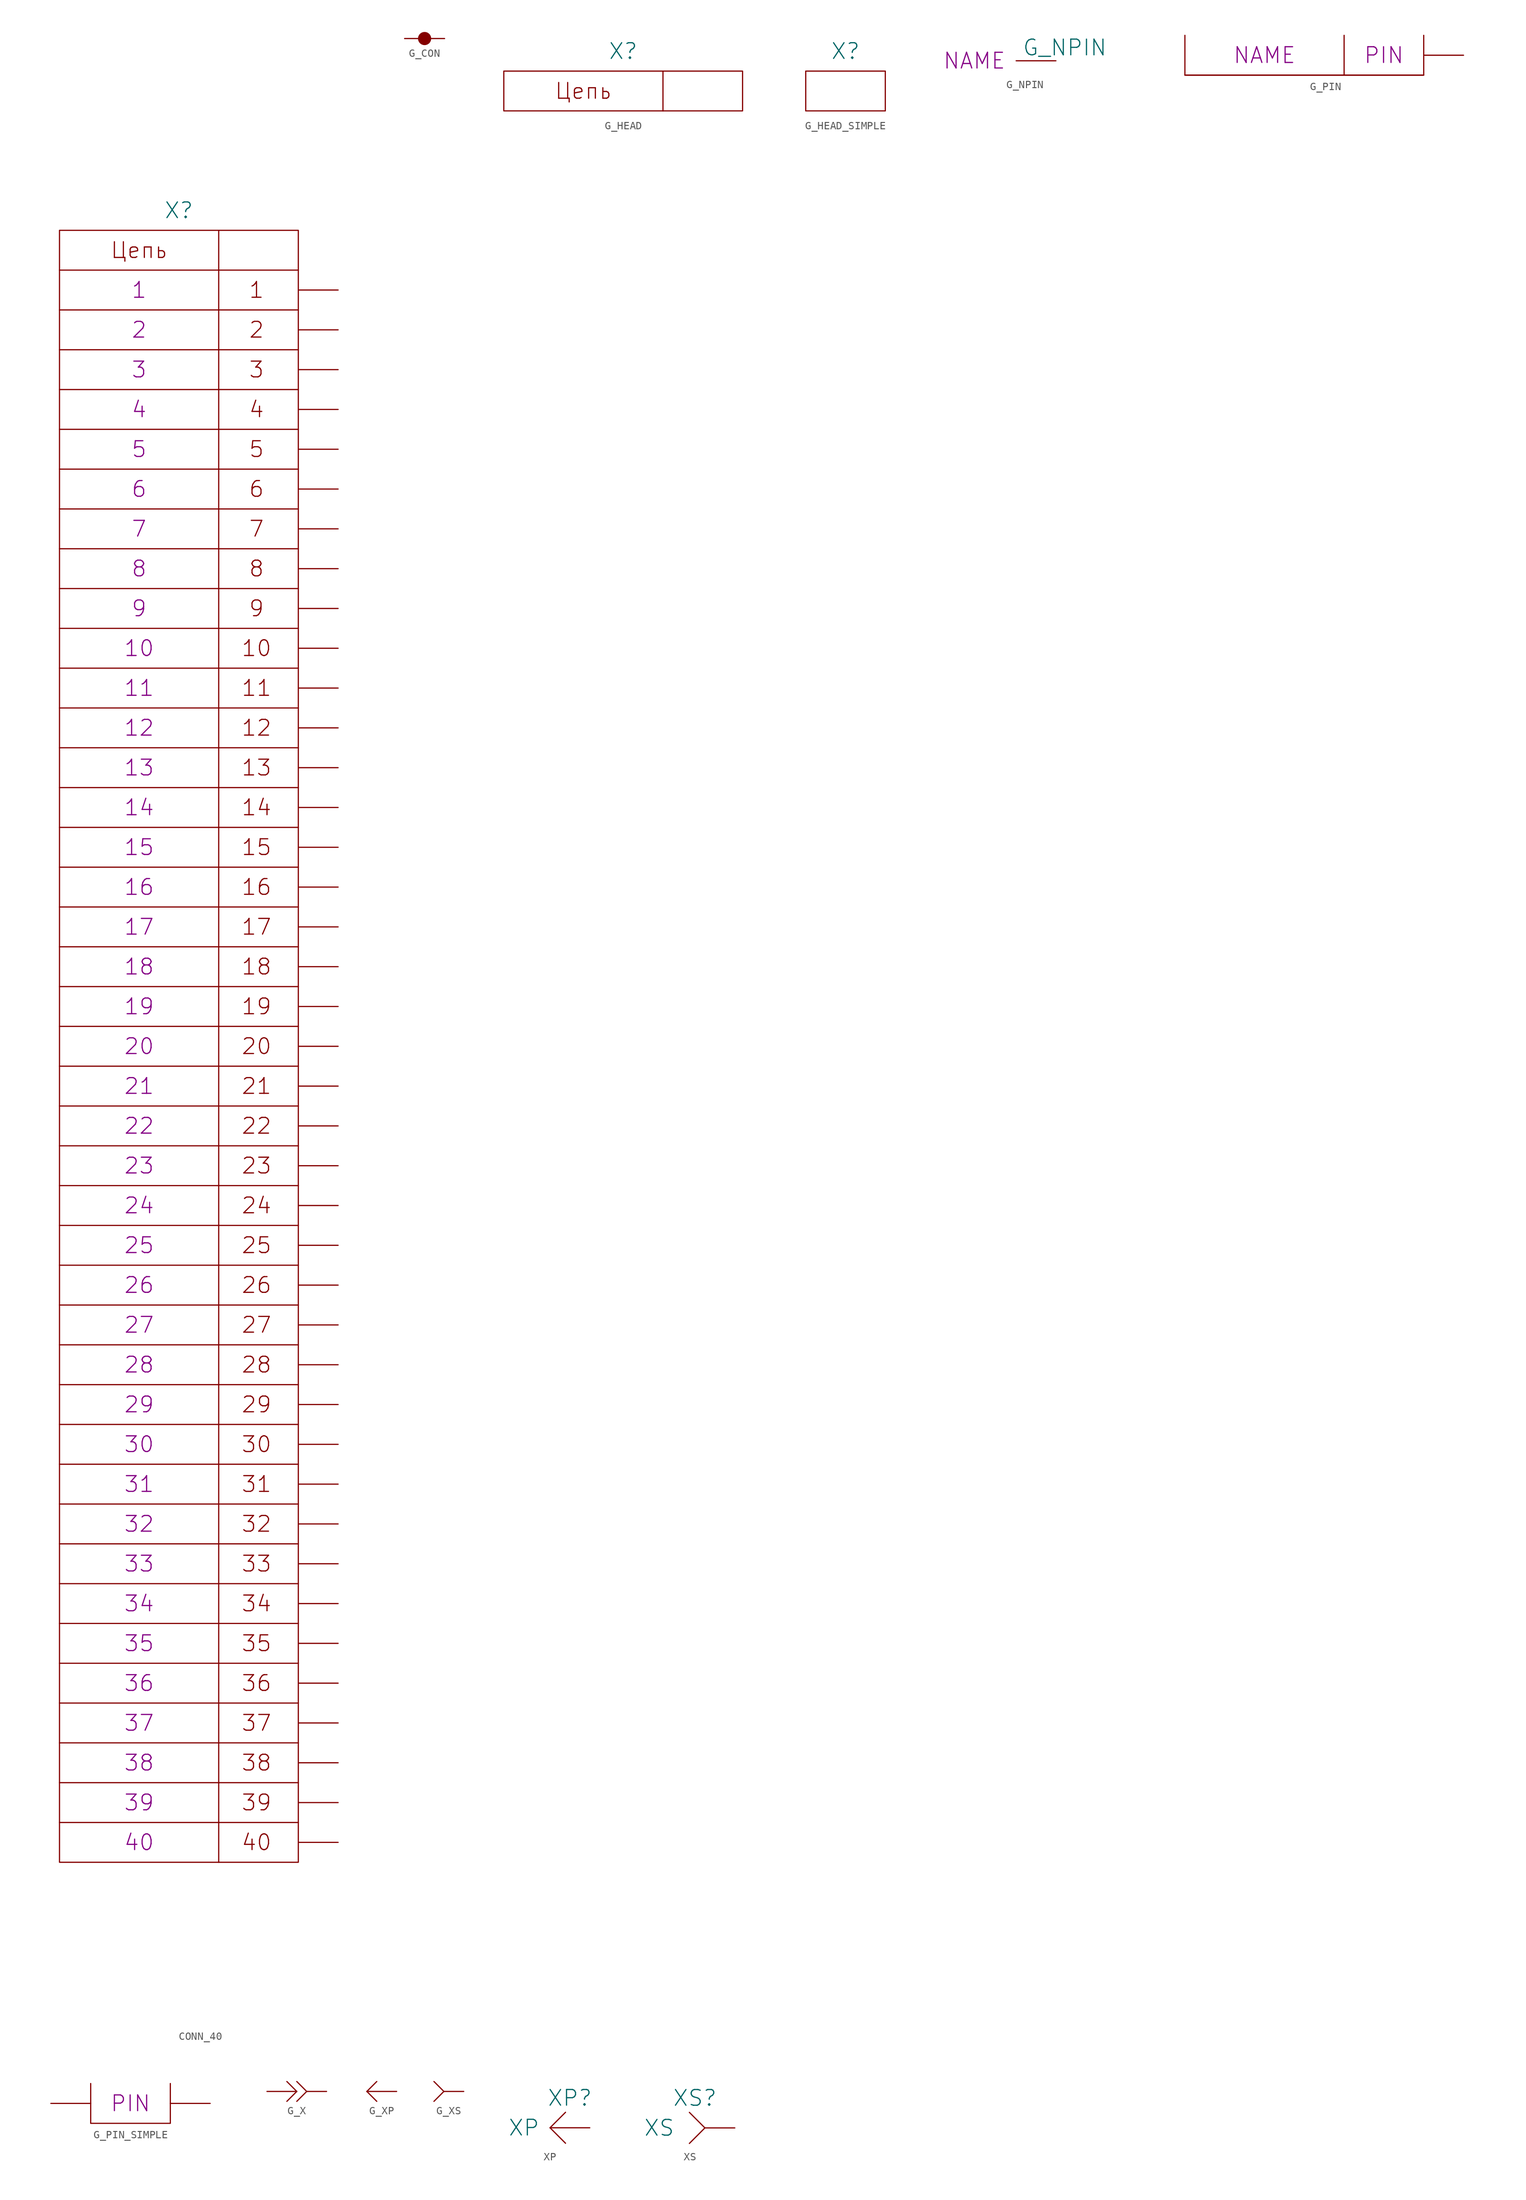
<source format=kicad_sym>
(kicad_symbol_lib
  (version 20231120)
  (generator "kicad_symbol_editor")
  (generator_version "8.0")
  (symbol "CONN_40"
    (pin_numbers hide)
    (pin_names
      (offset 0) hide)
    (property "Reference" "X"
      (at 0 106.68 0)
      (effects (font (size 2.007 2.007))))
    (property "PIN1" "1"
      (at -5.08 96.52 0)
      (effects (font (size 2.007 2.007))))
    (property "PIN2" "2"
      (at -5.08 91.44 0)
      (effects (font (size 2.007 2.007))))
    (property "PIN3" "3"
      (at -5.08 86.36 0)
      (effects (font (size 2.007 2.007))))
    (property "PIN4" "4"
      (at -5.08 81.28 0)
      (effects (font (size 2.007 2.007))))
    (property "PIN5" "5"
      (at -5.08 76.2 0)
      (effects (font (size 2.007 2.007))))
    (property "PIN6" "6"
      (at -5.08 71.12 0)
      (effects (font (size 2.007 2.007))))
    (property "PIN7" "7"
      (at -5.08 66.04 0)
      (effects (font (size 2.007 2.007))))
    (property "PIN8" "8"
      (at -5.08 60.96 0)
      (effects (font (size 2.007 2.007))))
    (property "PIN9" "9"
      (at -5.08 55.88 0)
      (effects (font (size 2.007 2.007))))
    (property "PIN10" "10"
      (at -5.08 50.8 0)
      (effects (font (size 2.007 2.007))))
    (property "PIN11" "11"
      (at -5.08 45.72 0)
      (effects (font (size 2.007 2.007))))
    (property "PIN12" "12"
      (at -5.08 40.64 0)
      (effects (font (size 2.007 2.007))))
    (property "PIN13" "13"
      (at -5.08 35.56 0)
      (effects (font (size 2.007 2.007))))
    (property "PIN14" "14"
      (at -5.08 30.48 0)
      (effects (font (size 2.007 2.007))))
    (property "PIN15" "15"
      (at -5.08 25.4 0)
      (effects (font (size 2.007 2.007))))
    (property "PIN16" "16"
      (at -5.08 20.32 0)
      (effects (font (size 2.007 2.007))))
    (property "PIN17" "17"
      (at -5.08 15.24 0)
      (effects (font (size 2.007 2.007))))
    (property "PIN18" "18"
      (at -5.08 10.16 0)
      (effects (font (size 2.007 2.007))))
    (property "PIN19" "19"
      (at -5.08 5.08 0)
      (effects (font (size 2.007 2.007))))
    (property "PIN20" "20"
      (at -5.08 0 0)
      (effects (font (size 2.007 2.007))))
    (property "PIN21" "21"
      (at -5.08 -5.08 0)
      (effects (font (size 2.007 2.007))))
    (property "PIN22" "22"
      (at -5.08 -10.16 0)
      (effects (font (size 2.007 2.007))))
    (property "PIN23" "23"
      (at -5.08 -15.24 0)
      (effects (font (size 2.007 2.007))))
    (property "PIN24" "24"
      (at -5.08 -20.32 0)
      (effects (font (size 2.007 2.007))))
    (property "PIN25" "25"
      (at -5.08 -25.4 0)
      (effects (font (size 2.007 2.007))))
    (property "PIN26" "26"
      (at -5.08 -30.48 0)
      (effects (font (size 2.007 2.007))))
    (property "PIN27" "27"
      (at -5.08 -35.56 0)
      (effects (font (size 2.007 2.007))))
    (property "PIN28" "28"
      (at -5.08 -40.64 0)
      (effects (font (size 2.007 2.007))))
    (property "PIN29" "29"
      (at -5.08 -45.72 0)
      (effects (font (size 2.007 2.007))))
    (property "PIN30" "30"
      (at -5.08 -50.8 0)
      (effects (font (size 2.007 2.007))))
    (property "PIN31" "31"
      (at -5.08 -55.88 0)
      (effects (font (size 2.007 2.007))))
    (property "PIN32" "32"
      (at -5.08 -60.96 0)
      (effects (font (size 2.007 2.007))))
    (property "PIN33" "33"
      (at -5.08 -66.04 0)
      (effects (font (size 2.007 2.007))))
    (property "PIN34" "34"
      (at -5.08 -71.12 0)
      (effects (font (size 2.007 2.007))))
    (property "PIN35" "35"
      (at -5.08 -76.2 0)
      (effects (font (size 2.007 2.007))))
    (property "PIN36" "36"
      (at -5.08 -81.28 0)
      (effects (font (size 2.007 2.007))))
    (property "PIN37" "37"
      (at -5.08 -86.36 0)
      (effects (font (size 2.007 2.007))))
    (property "PIN38" "38"
      (at -5.08 -91.44 0)
      (effects (font (size 2.007 2.007))))
    (property "PIN39" "39"
      (at -5.08 -96.52 0)
      (effects (font (size 2.007 2.007))))
    (property "PIN40" "40"
      (at -5.08 -101.6 0)
      (effects (font (size 2.007 2.007))))
    (symbol "CONN_40_0_0"
      (polyline (pts (xy -15.24 -99.06) (xy 15.24 -99.06)) (stroke (width 0) (type solid)) (fill (type none)))
      (polyline (pts (xy -15.24 -93.98) (xy 15.24 -93.98)) (stroke (width 0) (type solid)) (fill (type none)))
      (polyline (pts (xy -15.24 -88.9) (xy 15.24 -88.9)) (stroke (width 0) (type solid)) (fill (type none)))
      (polyline (pts (xy -15.24 -83.82) (xy 15.24 -83.82)) (stroke (width 0) (type solid)) (fill (type none)))
      (polyline (pts (xy -15.24 -78.74) (xy 15.24 -78.74)) (stroke (width 0) (type solid)) (fill (type none)))
      (polyline (pts (xy -15.24 -73.66) (xy 15.24 -73.66)) (stroke (width 0) (type solid)) (fill (type none)))
      (polyline (pts (xy -15.24 -68.58) (xy 15.24 -68.58)) (stroke (width 0) (type solid)) (fill (type none)))
      (polyline (pts (xy -15.24 -63.5) (xy 15.24 -63.5)) (stroke (width 0) (type solid)) (fill (type none)))
      (polyline (pts (xy -15.24 -58.42) (xy 15.24 -58.42)) (stroke (width 0) (type solid)) (fill (type none)))
      (polyline (pts (xy -15.24 -53.34) (xy 15.24 -53.34)) (stroke (width 0) (type solid)) (fill (type none)))
      (polyline (pts (xy -15.24 -48.26) (xy 15.24 -48.26)) (stroke (width 0) (type solid)) (fill (type none)))
      (polyline (pts (xy -15.24 -43.18) (xy 15.24 -43.18)) (stroke (width 0) (type solid)) (fill (type none)))
      (polyline (pts (xy -15.24 -38.1) (xy 15.24 -38.1)) (stroke (width 0) (type solid)) (fill (type none)))
      (polyline (pts (xy -15.24 -33.02) (xy 15.24 -33.02)) (stroke (width 0) (type solid)) (fill (type none)))
      (polyline (pts (xy -15.24 -27.94) (xy 15.24 -27.94)) (stroke (width 0) (type solid)) (fill (type none)))
      (polyline (pts (xy -15.24 -22.86) (xy 15.24 -22.86)) (stroke (width 0) (type solid)) (fill (type none)))
      (polyline (pts (xy -15.24 -17.78) (xy 15.24 -17.78)) (stroke (width 0) (type solid)) (fill (type none)))
      (polyline (pts (xy -15.24 -12.7) (xy 15.24 -12.7)) (stroke (width 0) (type solid)) (fill (type none)))
      (polyline (pts (xy -15.24 -7.62) (xy 15.24 -7.62)) (stroke (width 0) (type solid)) (fill (type none)))
      (polyline (pts (xy -15.24 -2.54) (xy 15.24 -2.54)) (stroke (width 0) (type solid)) (fill (type none)))
      (polyline (pts (xy -15.24 2.54) (xy 15.24 2.54)) (stroke (width 0) (type solid)) (fill (type none)))
      (polyline (pts (xy -15.24 7.62) (xy 15.24 7.62)) (stroke (width 0) (type solid)) (fill (type none)))
      (polyline (pts (xy -15.24 12.7) (xy 15.24 12.7)) (stroke (width 0) (type solid)) (fill (type none)))
      (polyline (pts (xy -15.24 17.78) (xy 15.24 17.78)) (stroke (width 0) (type solid)) (fill (type none)))
      (polyline (pts (xy -15.24 22.86) (xy 15.24 22.86)) (stroke (width 0) (type solid)) (fill (type none)))
      (polyline (pts (xy -15.24 27.94) (xy 15.24 27.94)) (stroke (width 0) (type solid)) (fill (type none)))
      (polyline (pts (xy -15.24 33.02) (xy 15.24 33.02)) (stroke (width 0) (type solid)) (fill (type none)))
      (polyline (pts (xy -15.24 38.1) (xy 15.24 38.1)) (stroke (width 0) (type solid)) (fill (type none)))
      (polyline (pts (xy -15.24 43.18) (xy 15.24 43.18)) (stroke (width 0) (type solid)) (fill (type none)))
      (polyline (pts (xy -15.24 48.26) (xy 15.24 48.26)) (stroke (width 0) (type solid)) (fill (type none)))
      (polyline (pts (xy -15.24 53.34) (xy 15.24 53.34)) (stroke (width 0) (type solid)) (fill (type none)))
      (polyline (pts (xy -15.24 58.42) (xy 15.24 58.42)) (stroke (width 0) (type solid)) (fill (type none)))
      (polyline (pts (xy -15.24 63.5) (xy 15.24 63.5)) (stroke (width 0) (type solid)) (fill (type none)))
      (polyline (pts (xy -15.24 68.58) (xy 15.24 68.58)) (stroke (width 0) (type solid)) (fill (type none)))
      (polyline (pts (xy -15.24 73.66) (xy 15.24 73.66)) (stroke (width 0) (type solid)) (fill (type none)))
      (polyline (pts (xy -15.24 78.74) (xy 15.24 78.74)) (stroke (width 0) (type solid)) (fill (type none)))
      (polyline (pts (xy -15.24 83.82) (xy 15.24 83.82)) (stroke (width 0) (type solid)) (fill (type none)))
      (polyline (pts (xy -15.24 88.9) (xy 15.24 88.9)) (stroke (width 0) (type solid)) (fill (type none)))
      (polyline (pts (xy -15.24 93.98) (xy 15.24 93.98)) (stroke (width 0) (type solid)) (fill (type none)))
      (polyline (pts (xy -15.24 99.06) (xy 15.24 99.06)) (stroke (width 0) (type solid)) (fill (type none)))
      (polyline (pts (xy 5.08 104.14) (xy 5.08 -104.14)) (stroke (width 0) (type solid)) (fill (type none)))
      (rectangle (start 15.24 104.14) (end -15.24 -104.14) (stroke (width 0) (type solid)) (fill (type none))))
    (symbol "CONN_40_1_1"
      (text "1" (at 9.906 96.52 0) (effects (font (size 2.007 2.007))))
      (text "10" (at 9.906 50.8 0) (effects (font (size 2.007 2.007))))
      (text "11" (at 9.906 45.72 0) (effects (font (size 2.007 2.007))))
      (text "12" (at 9.906 40.64 0) (effects (font (size 2.007 2.007))))
      (text "13" (at 9.906 35.56 0) (effects (font (size 2.007 2.007))))
      (text "14" (at 9.906 30.48 0) (effects (font (size 2.007 2.007))))
      (text "15" (at 9.906 25.4 0) (effects (font (size 2.007 2.007))))
      (text "16" (at 9.906 20.32 0) (effects (font (size 2.007 2.007))))
      (text "17" (at 9.906 15.24 0) (effects (font (size 2.007 2.007))))
      (text "18" (at 9.906 10.16 0) (effects (font (size 2.007 2.007))))
      (text "19" (at 9.906 5.08 0) (effects (font (size 2.007 2.007))))
      (text "2" (at 9.906 91.44 0) (effects (font (size 2.007 2.007))))
      (text "20" (at 9.906 0 0) (effects (font (size 2.007 2.007))))
      (text "21" (at 9.906 -5.08 0) (effects (font (size 2.007 2.007))))
      (text "22" (at 9.906 -10.16 0) (effects (font (size 2.007 2.007))))
      (text "23" (at 9.906 -15.24 0) (effects (font (size 2.007 2.007))))
      (text "24" (at 9.906 -20.32 0) (effects (font (size 2.007 2.007))))
      (text "25" (at 9.906 -25.4 0) (effects (font (size 2.007 2.007))))
      (text "26" (at 9.906 -30.48 0) (effects (font (size 2.007 2.007))))
      (text "27" (at 9.906 -35.56 0) (effects (font (size 2.007 2.007))))
      (text "28" (at 9.906 -40.64 0) (effects (font (size 2.007 2.007))))
      (text "29" (at 9.906 -45.72 0) (effects (font (size 2.007 2.007))))
      (text "3" (at 9.906 86.36 0) (effects (font (size 2.007 2.007))))
      (text "30" (at 9.906 -50.8 0) (effects (font (size 2.007 2.007))))
      (text "31" (at 9.906 -55.88 0) (effects (font (size 2.007 2.007))))
      (text "32" (at 9.906 -60.96 0) (effects (font (size 2.007 2.007))))
      (text "33" (at 9.906 -66.04 0) (effects (font (size 2.007 2.007))))
      (text "34" (at 9.906 -71.12 0) (effects (font (size 2.007 2.007))))
      (text "35" (at 9.906 -76.2 0) (effects (font (size 2.007 2.007))))
      (text "36" (at 9.906 -81.28 0) (effects (font (size 2.007 2.007))))
      (text "37" (at 9.906 -86.36 0) (effects (font (size 2.007 2.007))))
      (text "38" (at 9.906 -91.44 0) (effects (font (size 2.007 2.007))))
      (text "39" (at 9.906 -96.52 0) (effects (font (size 2.007 2.007))))
      (text "4" (at 9.906 81.28 0) (effects (font (size 2.007 2.007))))
      (text "40" (at 9.906 -101.6 0) (effects (font (size 2.007 2.007))))
      (text "5" (at 9.906 76.2 0) (effects (font (size 2.007 2.007))))
      (text "6" (at 9.906 71.12 0) (effects (font (size 2.007 2.007))))
      (text "7" (at 9.906 66.04 0) (effects (font (size 2.007 2.007))))
      (text "8" (at 9.906 60.96 0) (effects (font (size 2.007 2.007))))
      (text "9" (at 9.906 55.88 0) (effects (font (size 2.007 2.007))))
      (text "Цепь" (at -5.08 101.6 0) (effects (font (size 2.007 2.007))))
      (pin passive line (at 20.32 96.52 180) (length 5.08) (name "1" (effects (font (size 2.007 2.007)))) (number "1" (effects (font (size 2.007 2.007)))))
      (pin passive line (at 20.32 50.8 180) (length 5.08) (name "10" (effects (font (size 2.007 2.007)))) (number "10" (effects (font (size 2.007 2.007)))))
      (pin passive line (at 20.32 45.72 180) (length 5.08) (name "11" (effects (font (size 2.007 2.007)))) (number "11" (effects (font (size 2.007 2.007)))))
      (pin passive line (at 20.32 40.64 180) (length 5.08) (name "12" (effects (font (size 2.007 2.007)))) (number "12" (effects (font (size 2.007 2.007)))))
      (pin passive line (at 20.32 35.56 180) (length 5.08) (name "13" (effects (font (size 2.007 2.007)))) (number "13" (effects (font (size 2.007 2.007)))))
      (pin passive line (at 20.32 30.48 180) (length 5.08) (name "14" (effects (font (size 2.007 2.007)))) (number "14" (effects (font (size 2.007 2.007)))))
      (pin passive line (at 20.32 25.4 180) (length 5.08) (name "15" (effects (font (size 2.007 2.007)))) (number "15" (effects (font (size 2.007 2.007)))))
      (pin passive line (at 20.32 20.32 180) (length 5.08) (name "16" (effects (font (size 2.007 2.007)))) (number "16" (effects (font (size 2.007 2.007)))))
      (pin passive line (at 20.32 15.24 180) (length 5.08) (name "17" (effects (font (size 2.007 2.007)))) (number "17" (effects (font (size 2.007 2.007)))))
      (pin passive line (at 20.32 10.16 180) (length 5.08) (name "18" (effects (font (size 2.007 2.007)))) (number "18" (effects (font (size 2.007 2.007)))))
      (pin passive line (at 20.32 5.08 180) (length 5.08) (name "19" (effects (font (size 2.007 2.007)))) (number "19" (effects (font (size 2.007 2.007)))))
      (pin passive line (at 20.32 91.44 180) (length 5.08) (name "2" (effects (font (size 2.007 2.007)))) (number "2" (effects (font (size 2.007 2.007)))))
      (pin passive line (at 20.32 0 180) (length 5.08) (name "20" (effects (font (size 2.007 2.007)))) (number "20" (effects (font (size 2.007 2.007)))))
      (pin passive line (at 20.32 -5.08 180) (length 5.08) (name "21" (effects (font (size 2.007 2.007)))) (number "21" (effects (font (size 2.007 2.007)))))
      (pin passive line (at 20.32 -10.16 180) (length 5.08) (name "22" (effects (font (size 2.007 2.007)))) (number "22" (effects (font (size 2.007 2.007)))))
      (pin passive line (at 20.32 -15.24 180) (length 5.08) (name "23" (effects (font (size 2.007 2.007)))) (number "23" (effects (font (size 2.007 2.007)))))
      (pin passive line (at 20.32 -20.32 180) (length 5.08) (name "24" (effects (font (size 2.007 2.007)))) (number "24" (effects (font (size 2.007 2.007)))))
      (pin passive line (at 20.32 -25.4 180) (length 5.08) (name "25" (effects (font (size 2.007 2.007)))) (number "25" (effects (font (size 2.007 2.007)))))
      (pin passive line (at 20.32 -30.48 180) (length 5.08) (name "26" (effects (font (size 2.007 2.007)))) (number "26" (effects (font (size 2.007 2.007)))))
      (pin passive line (at 20.32 -35.56 180) (length 5.08) (name "27" (effects (font (size 2.007 2.007)))) (number "27" (effects (font (size 2.007 2.007)))))
      (pin passive line (at 20.32 -40.64 180) (length 5.08) (name "28" (effects (font (size 2.007 2.007)))) (number "28" (effects (font (size 2.007 2.007)))))
      (pin passive line (at 20.32 -45.72 180) (length 5.08) (name "29" (effects (font (size 2.007 2.007)))) (number "29" (effects (font (size 2.007 2.007)))))
      (pin passive line (at 20.32 86.36 180) (length 5.08) (name "3" (effects (font (size 2.007 2.007)))) (number "3" (effects (font (size 2.007 2.007)))))
      (pin passive line (at 20.32 -50.8 180) (length 5.08) (name "30" (effects (font (size 2.007 2.007)))) (number "30" (effects (font (size 2.007 2.007)))))
      (pin passive line (at 20.32 -55.88 180) (length 5.08) (name "31" (effects (font (size 2.007 2.007)))) (number "31" (effects (font (size 2.007 2.007)))))
      (pin passive line (at 20.32 -60.96 180) (length 5.08) (name "32" (effects (font (size 2.007 2.007)))) (number "32" (effects (font (size 2.007 2.007)))))
      (pin passive line (at 20.32 -66.04 180) (length 5.08) (name "33" (effects (font (size 2.007 2.007)))) (number "33" (effects (font (size 2.007 2.007)))))
      (pin passive line (at 20.32 -71.12 180) (length 5.08) (name "34" (effects (font (size 2.007 2.007)))) (number "34" (effects (font (size 2.007 2.007)))))
      (pin passive line (at 20.32 -76.2 180) (length 5.08) (name "35" (effects (font (size 2.007 2.007)))) (number "35" (effects (font (size 2.007 2.007)))))
      (pin passive line (at 20.32 -81.28 180) (length 5.08) (name "36" (effects (font (size 2.007 2.007)))) (number "36" (effects (font (size 2.007 2.007)))))
      (pin passive line (at 20.32 -86.36 180) (length 5.08) (name "37" (effects (font (size 2.007 2.007)))) (number "37" (effects (font (size 2.007 2.007)))))
      (pin passive line (at 20.32 -91.44 180) (length 5.08) (name "38" (effects (font (size 2.007 2.007)))) (number "38" (effects (font (size 2.007 2.007)))))
      (pin passive line (at 20.32 -96.52 180) (length 5.08) (name "39" (effects (font (size 2.007 2.007)))) (number "39" (effects (font (size 2.007 2.007)))))
      (pin passive line (at 20.32 81.28 180) (length 5.08) (name "4" (effects (font (size 2.007 2.007)))) (number "4" (effects (font (size 2.007 2.007)))))
      (pin passive line (at 20.32 -101.6 180) (length 5.08) (name "40" (effects (font (size 2.007 2.007)))) (number "40" (effects (font (size 2.007 2.007)))))
      (pin passive line (at 20.32 76.2 180) (length 5.08) (name "5" (effects (font (size 2.007 2.007)))) (number "5" (effects (font (size 2.007 2.007)))))
      (pin passive line (at 20.32 71.12 180) (length 5.08) (name "6" (effects (font (size 2.007 2.007)))) (number "6" (effects (font (size 2.007 2.007)))))
      (pin passive line (at 20.32 66.04 180) (length 5.08) (name "7" (effects (font (size 2.007 2.007)))) (number "7" (effects (font (size 2.007 2.007)))))
      (pin passive line (at 20.32 60.96 180) (length 5.08) (name "8" (effects (font (size 2.007 2.007)))) (number "8" (effects (font (size 2.007 2.007)))))
      (pin passive line (at 20.32 55.88 180) (length 5.08) (name "9" (effects (font (size 2.007 2.007)))) (number "9" (effects (font (size 2.007 2.007)))))))
  (symbol "G_CON"
    (pin_numbers hide)
    (pin_names
      (offset 0) hide)
    (property "Reference" "#X"
      (at 0 2.54 0)
      (effects (font (size 2.007 2.007)) (hide yes)))
    (symbol "G_CON_0_1"
      (polyline (pts (xy 0 0) (xy -2.54 0)) (stroke (width 0) (type solid)) (fill (type none)))
      (polyline (pts (xy 0 0) (xy 2.54 0)) (stroke (width 0) (type solid)) (fill (type none)))
      (circle (center 0 0) (radius 0.762) (stroke (width 0) (type solid)) (fill (type outline)))))
  (symbol "G_HEAD"
    (pin_numbers hide)
    (pin_names
      (offset 0) hide)
    (property "Reference" "X"
      (at 0 5.08 0)
      (effects (font (size 2.007 2.007))))
    (symbol "G_HEAD_0_0"
      (polyline (pts (xy 5.08 2.54) (xy 5.08 -2.54)) (stroke (width 0) (type solid)) (fill (type none))))
    (symbol "G_HEAD_0_1"
      (rectangle (start -15.24 2.54) (end 15.24 -2.54) (stroke (width 0) (type solid)) (fill (type none))))
    (symbol "G_HEAD_1_1"
      (text "Цепь" (at -5.08 0 0) (effects (font (size 2.007 2.007))))))
  (symbol "G_HEAD_SIMPLE"
    (pin_numbers hide)
    (pin_names
      (offset 0) hide)
    (property "Reference" "X"
      (at 0 5.08 0)
      (effects (font (size 2.007 2.007))))
    (symbol "G_HEAD_SIMPLE_0_1"
      (rectangle (start -5.08 2.54) (end 5.08 -2.54) (stroke (width 0) (type solid)) (fill (type none)))))
  (symbol "G_NPIN"
    (pin_numbers hide)
    (pin_names
      (offset 0) hide)
    (property "Reference" "#X"
      (at -2.54 -2.54 0)
      (effects (font (size 2.007 2.007)) (justify left) (hide yes)))
    (property "Value" "G_NPIN"
      (at -4.318 0.508 0)
      (effects (font (size 2.007 2.007)) (justify left bottom)))
    (property "PIN" "NAME"
      (at -6.35 0 0)
      (effects (font (size 2.007 2.007)) (justify right)))
    (symbol "G_NPIN_1_1"
      (pin passive line (at 0 0 180) (length 5.08) (name "~" (effects (font (size 1.27 1.27)))) (number "1" (effects (font (size 1.27 1.27)))))))
  (symbol "G_PIN"
    (pin_numbers hide)
    (pin_names
      (offset 0) hide)
    (property "Reference" "#X"
      (at 0 5.08 0)
      (effects (font (size 2.007 2.007)) (hide yes)))
    (property "PIN" "PIN"
      (at 10.16 0 0)
      (effects (font (size 2.007 2.007))))
    (property "NAME" "NAME"
      (at -5.08 0 0)
      (effects (font (size 2.007 2.007))))
    (symbol "G_PIN_0_0"
      (polyline (pts (xy 5.08 2.54) (xy 5.08 -2.54)) (stroke (width 0) (type solid)) (fill (type none)))
      (polyline (pts (xy 15.24 -2.54) (xy -15.24 -2.54)) (stroke (width 0) (type solid)) (fill (type none))))
    (symbol "G_PIN_0_1"
      (polyline (pts (xy -15.24 2.54) (xy -15.24 -2.54) (xy 15.24 -2.54) (xy 15.24 2.54)) (stroke (width 0) (type solid)) (fill (type none))))
    (symbol "G_PIN_1_1"
      (pin passive line (at 20.32 0 180) (length 5.08) (name "~" (effects (font (size 2.007 2.007)))) (number "~" (effects (font (size 2.007 2.007)))))))
  (symbol "G_PIN_SIMPLE"
    (pin_numbers hide)
    (pin_names
      (offset 0) hide)
    (property "Reference" "#X"
      (at 0 5.08 0)
      (effects (font (size 2.007 2.007)) (hide yes)))
    (property "PIN" "PIN"
      (at 0 0 0)
      (effects (font (size 2.007 2.007))))
    (symbol "G_PIN_SIMPLE_0_1"
      (polyline (pts (xy -5.08 2.54) (xy -5.08 -2.54) (xy 5.08 -2.54) (xy 5.08 2.54)) (stroke (width 0) (type solid)) (fill (type none))))
    (symbol "G_PIN_SIMPLE_1_1"
      (pin passive line (at -10.16 0 0) (length 5.08) (name "~" (effects (font (size 2.007 2.007)))) (number "~" (effects (font (size 2.007 2.007)))))
      (pin passive line (at 10.16 0 180) (length 5.08) (name "~" (effects (font (size 2.007 2.007)))) (number "~" (effects (font (size 2.007 2.007)))))))
  (symbol "G_X"
    (pin_numbers hide)
    (pin_names
      (offset 0) hide)
    (property "Reference" "#X"
      (at 0 -3.81 0)
      (effects (font (size 2.007 2.007)) (hide yes)))
    (symbol "G_X_0_0"
      (polyline (pts (xy 0 0) (xy -3.81 0)) (stroke (width 0) (type solid)) (fill (type none)))
      (polyline (pts (xy 1.27 0) (xy 3.81 0)) (stroke (width 0) (type solid)) (fill (type none))))
    (symbol "G_X_0_1"
      (polyline (pts (xy -1.27 -1.27) (xy 0 0)) (stroke (width 0) (type solid)) (fill (type none)))
      (polyline (pts (xy 0 -1.27) (xy 1.27 0)) (stroke (width 0) (type solid)) (fill (type none)))
      (polyline (pts (xy 0 0) (xy -1.27 1.27)) (stroke (width 0) (type solid)) (fill (type none)))
      (polyline (pts (xy 1.27 0) (xy 0 1.27)) (stroke (width 0) (type solid)) (fill (type none)))))
  (symbol "G_XP"
    (pin_numbers hide)
    (pin_names
      (offset 0) hide)
    (property "Reference" "#XP"
      (at 0 -3.81 0)
      (effects (font (size 2.007 2.007)) (hide yes)))
    (symbol "G_XP_0_0"
      (polyline (pts (xy -1.905 0) (xy 1.905 0)) (stroke (width 0) (type solid)) (fill (type none))))
    (symbol "G_XP_0_1"
      (polyline (pts (xy -1.905 0) (xy -0.635 1.27)) (stroke (width 0) (type solid)) (fill (type none)))
      (polyline (pts (xy -0.635 -1.27) (xy -1.905 0)) (stroke (width 0) (type solid)) (fill (type none)))))
  (symbol "G_XS"
    (pin_numbers hide)
    (pin_names
      (offset 0) hide)
    (property "Reference" "#XS"
      (at 0 -3.81 0)
      (effects (font (size 2.007 2.007)) (hide yes)))
    (symbol "G_XS_0_0"
      (polyline (pts (xy -0.635 0) (xy 1.905 0)) (stroke (width 0) (type solid)) (fill (type none))))
    (symbol "G_XS_0_1"
      (polyline (pts (xy -1.905 -1.27) (xy -0.635 0)) (stroke (width 0) (type solid)) (fill (type none)))
      (polyline (pts (xy -0.635 0) (xy -1.905 1.27)) (stroke (width 0) (type solid)) (fill (type none)))))
  (symbol "XP"
    (pin_numbers hide)
    (pin_names
      (offset 0) hide)
    (property "Reference" "XP"
      (at -2.54 3.81 0)
      (effects (font (size 2.007 2.007))))
    (property "Value" "XP"
      (at -6.35 0 0)
      (effects (font (size 2.007 2.007)) (justify right)))
    (symbol "XP_0_1"
      (polyline (pts (xy -5.08 0) (xy -3.099 1.981)) (stroke (width 0) (type solid)) (fill (type none)))
      (polyline (pts (xy -3.099 -1.981) (xy -5.08 0)) (stroke (width 0) (type solid)) (fill (type none))))
    (symbol "XP_1_1"
      (pin input line (at 0 0 180) (length 5.08) (name "~" (effects (font (size 2.007 2.007)))) (number "~" (effects (font (size 2.007 2.007)))))))
  (symbol "XS"
    (pin_numbers hide)
    (pin_names
      (offset 0) hide)
    (property "Reference" "XS"
      (at -5.08 3.81 0)
      (effects (font (size 2.007 2.007))))
    (property "Value" "XS"
      (at -7.62 0 0)
      (effects (font (size 2.007 2.007)) (justify right)))
    (symbol "XS_0_1"
      (polyline (pts (xy -5.791 -1.981) (xy -3.81 0)) (stroke (width 0) (type solid)) (fill (type none)))
      (polyline (pts (xy -3.81 0) (xy -5.791 1.981)) (stroke (width 0) (type solid)) (fill (type none))))
    (symbol "XS_1_1"
      (pin input line (at 0 0 180) (length 3.81) (name "~" (effects (font (size 2.007 2.007)))) (number "~" (effects (font (size 2.007 2.007))))))))
</source>
